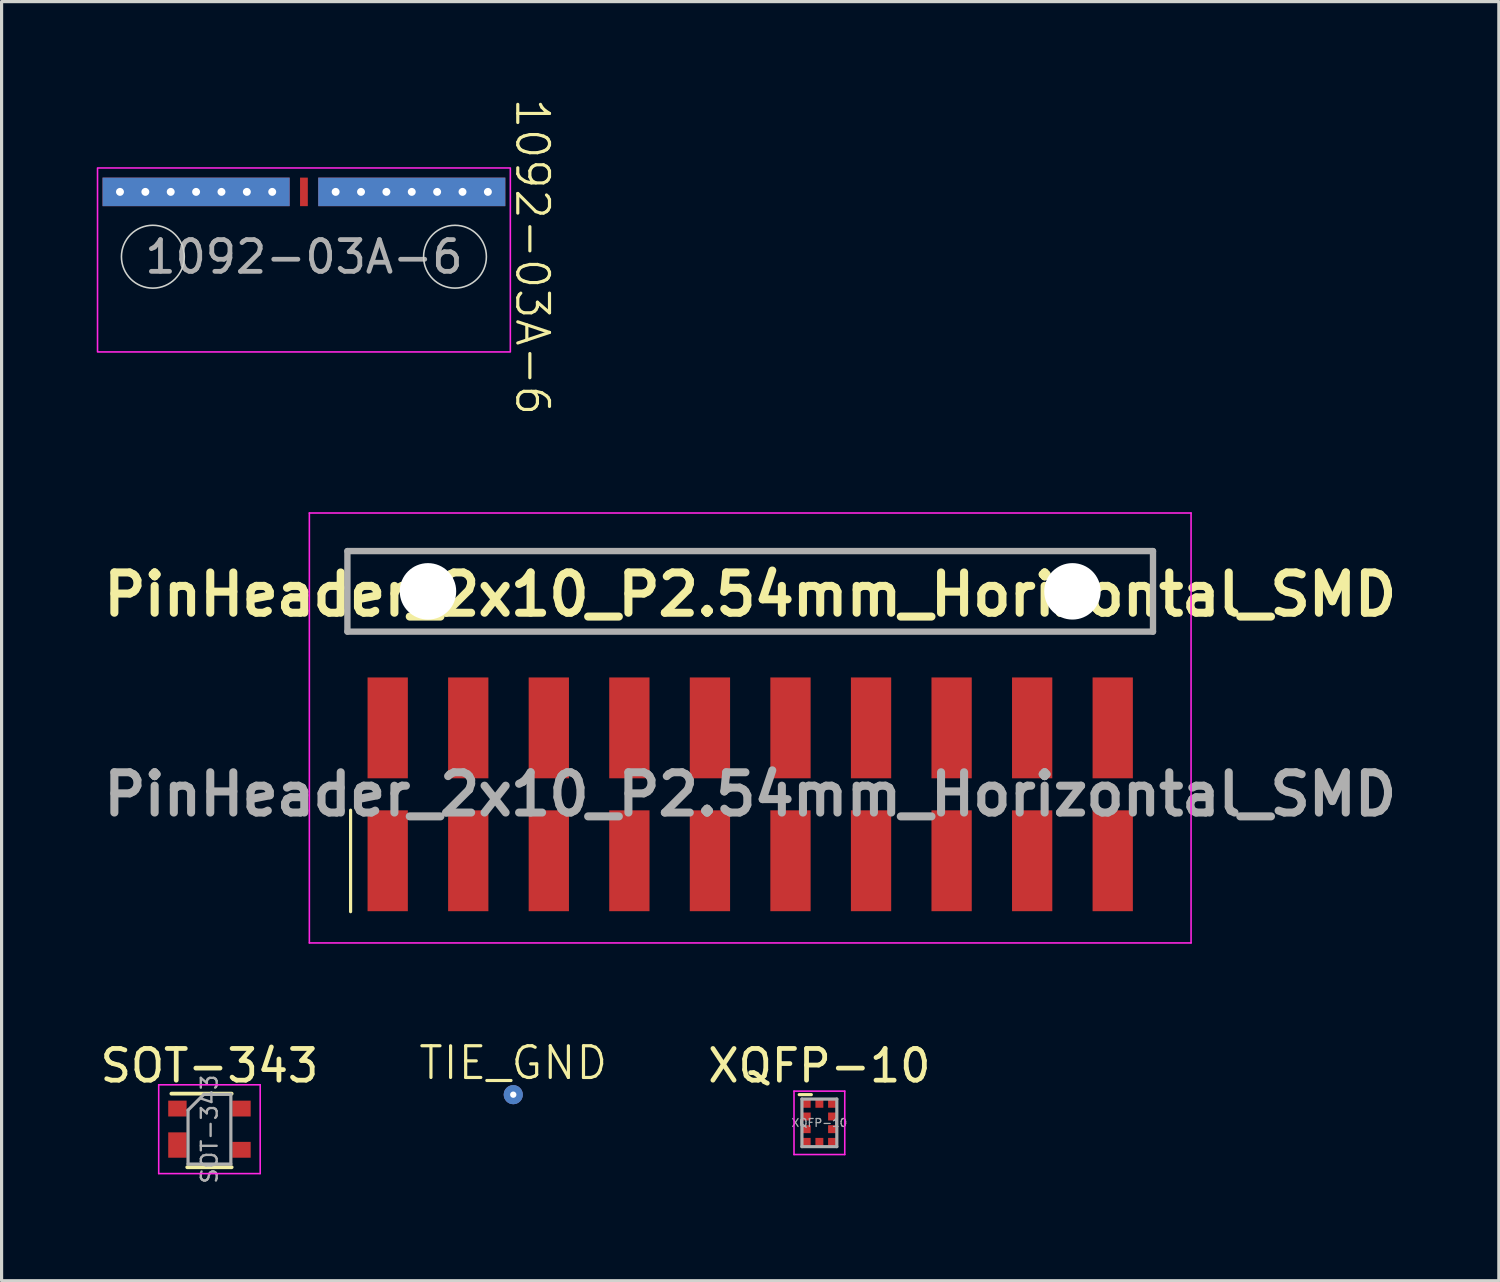
<source format=kicad_pcb>
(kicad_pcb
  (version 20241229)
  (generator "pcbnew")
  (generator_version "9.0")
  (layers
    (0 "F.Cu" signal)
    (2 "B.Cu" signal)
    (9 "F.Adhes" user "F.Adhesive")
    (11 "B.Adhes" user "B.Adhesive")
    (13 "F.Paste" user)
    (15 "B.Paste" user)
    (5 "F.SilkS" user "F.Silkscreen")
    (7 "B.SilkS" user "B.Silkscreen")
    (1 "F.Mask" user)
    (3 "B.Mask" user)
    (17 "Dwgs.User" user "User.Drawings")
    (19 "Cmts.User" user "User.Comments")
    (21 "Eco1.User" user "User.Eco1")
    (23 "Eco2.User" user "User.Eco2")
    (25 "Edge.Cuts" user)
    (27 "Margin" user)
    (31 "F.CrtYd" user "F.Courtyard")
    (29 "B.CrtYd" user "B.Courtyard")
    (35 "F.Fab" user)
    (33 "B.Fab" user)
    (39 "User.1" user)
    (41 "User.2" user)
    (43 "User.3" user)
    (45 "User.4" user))
  (footprint "1092-03A-6"
    (layer "F.Cu")
    (at 6.533 2.25)
    (property "Reference" "1092-03A-6" (at 7.2 2.8 270) (unlocked yes) (layer "F.SilkS") (effects (font (size 1 1) (thickness 0.1))))
    (attr smd)
    (fp_line (start 6.35 0) (end -6.35 0) (stroke (width 0.1) (type default)) (layer "Eco1.User"))
    (fp_circle (center -4.763 2.794) (end -3.772 2.794) (stroke (width 0.05) (type default)) (fill no) (layer "Edge.Cuts"))
    (fp_circle (center 4.763 2.794) (end 5.753 2.794) (stroke (width 0.05) (type default)) (fill no) (layer "Edge.Cuts"))
    (fp_rect (start -6.508 -0.004) (end 6.508 5.796) (stroke (width 0.05) (type default)) (fill no) (layer "F.CrtYd"))
    (fp_text user "Board Edge" (at 0 -1 0) (unlocked yes) (layer "Eco1.User") (effects (font (size 1 1) (thickness 0.15))))
    (fp_text user "${REFERENCE}" (at 0 2.8 0) (unlocked yes) (layer "F.Fab") (effects (font (size 1 1) (thickness 0.15))))
    (pad "1" smd rect (at 0 0.75 90) (size 0.9 0.245) (layers "F.Cu" "F.Mask"))
    (pad "2" thru_hole circle (at -5.8 0.75) (size 0.65 0.65) (drill 0.25) (layers "*.Cu" "*.Mask"))
    (pad "2" thru_hole circle (at -5 0.75) (size 0.65 0.65) (drill 0.25) (layers "*.Cu" "*.Mask"))
    (pad "2" thru_hole circle (at -4.2 0.75) (size 0.65 0.65) (drill 0.25) (layers "*.Cu" "*.Mask"))
    (pad "2" thru_hole circle (at -3.4 0.75) (size 0.65 0.65) (drill 0.25) (layers "*.Cu" "*.Mask"))
    (pad "2" smd rect (at -3.4 0.75 90) (size 0.9 5.9) (layers "F.Cu" "F.Mask"))
    (pad "2" smd rect (at -3.4 0.75 270) (size 0.9 5.9) (layers "B.Cu" "B.Mask"))
    (pad "2" thru_hole circle (at -2.6 0.75) (size 0.65 0.65) (drill 0.25) (layers "*.Cu" "*.Mask"))
    (pad "2" thru_hole circle (at -1.8 0.75) (size 0.65 0.65) (drill 0.25) (layers "*.Cu" "*.Mask"))
    (pad "2" thru_hole circle (at -1 0.75) (size 0.65 0.65) (drill 0.25) (layers "*.Cu" "*.Mask"))
    (pad "2" thru_hole circle (at 1 0.75 180) (size 0.65 0.65) (drill 0.25) (layers "*.Cu" "*.Mask"))
    (pad "2" thru_hole circle (at 1.8 0.75 180) (size 0.65 0.65) (drill 0.25) (layers "*.Cu" "*.Mask"))
    (pad "2" thru_hole circle (at 2.6 0.75 180) (size 0.65 0.65) (drill 0.25) (layers "*.Cu" "*.Mask"))
    (pad "2" thru_hole circle (at 3.4 0.75 180) (size 0.65 0.65) (drill 0.25) (layers "*.Cu" "*.Mask"))
    (pad "2" smd rect (at 3.4 0.75 90) (size 0.9 5.9) (layers "F.Cu" "F.Mask"))
    (pad "2" smd rect (at 3.4 0.75 270) (size 0.9 5.9) (layers "B.Cu" "B.Mask"))
    (pad "2" thru_hole circle (at 4.2 0.75 180) (size 0.65 0.65) (drill 0.25) (layers "*.Cu" "*.Mask"))
    (pad "2" thru_hole circle (at 5 0.75 180) (size 0.65 0.65) (drill 0.25) (layers "*.Cu" "*.Mask"))
    (pad "2" thru_hole circle (at 5.8 0.75 180) (size 0.65 0.65) (drill 0.25) (layers "*.Cu" "*.Mask")))
  (footprint "SOT-343"
    (layer "F.Cu")
    (at 3.554 32.553)
    (property "Reference" "SOT-343" (at 0 -2 0) (layer "F.SilkS") (effects (font (size 1 1) (thickness 0.15))))
    (attr smd)
    (fp_line (start -0.7 1.2) (end 0.7 1.2) (stroke (width 0.12) (type solid)) (layer "F.SilkS"))
    (fp_line (start 0.7 -1.12) (end -1.2 -1.12) (stroke (width 0.12) (type solid)) (layer "F.SilkS"))
    (fp_line (start -1.6 -1.4) (end -1.6 1.4) (stroke (width 0.05) (type solid)) (layer "F.CrtYd"))
    (fp_line (start -1.6 -1.4) (end 1.6 -1.4) (stroke (width 0.05) (type solid)) (layer "F.CrtYd"))
    (fp_line (start -1.6 1.4) (end 1.6 1.4) (stroke (width 0.05) (type solid)) (layer "F.CrtYd"))
    (fp_line (start 1.6 1.4) (end 1.6 -1.4) (stroke (width 0.05) (type solid)) (layer "F.CrtYd"))
    (fp_line (start -0.675 -0.6) (end -0.675 1.1) (stroke (width 0.1) (type solid)) (layer "F.Fab"))
    (fp_line (start -0.175 -1.1) (end -0.675 -0.6) (stroke (width 0.1) (type solid)) (layer "F.Fab"))
    (fp_line (start 0.675 -1.1) (end -0.175 -1.1) (stroke (width 0.1) (type solid)) (layer "F.Fab"))
    (fp_line (start 0.675 -1.1) (end 0.675 1.1) (stroke (width 0.1) (type solid)) (layer "F.Fab"))
    (fp_line (start 0.675 1.1) (end -0.675 1.1) (stroke (width 0.1) (type solid)) (layer "F.Fab"))
    (fp_text user "${REFERENCE}" (at 0 0 90) (layer "F.Fab") (effects (font (size 0.5 0.5) (thickness 0.075))))
    (pad "1" smd rect (at -1.01 -0.65) (size 0.58 0.5) (layers "F.Cu" "F.Mask" "F.Paste"))
    (pad "2" smd rect (at -1.01 0.5) (size 0.58 0.8) (layers "F.Cu" "F.Mask" "F.Paste"))
    (pad "3" smd rect (at 1.01 0.65) (size 0.58 0.5) (layers "F.Cu" "F.Mask" "F.Paste"))
    (pad "4" smd rect (at 1.01 -0.65) (size 0.58 0.5) (layers "F.Cu" "F.Mask" "F.Paste")))
  (footprint "PinHeader_2x10_P2.54mm_Horizontal_SMD"
    (layer "F.Cu")
    (at 20.604 21.995)
    (property "Reference" "PinHeader_2x10_P2.54mm_Horizontal_SMD" (at 0 -6.3 180) (layer "F.SilkS") (effects (font (size 1.27 1.27) (thickness 0.254))))
    (attr smd)
    (fp_line (start -12.7 -7.67) (end 12.7 -7.67) (stroke (width 0.1) (type solid)) (layer "F.SilkS"))
    (fp_line (start -12.7 -5.13) (end -12.7 -7.67) (stroke (width 0.1) (type solid)) (layer "F.SilkS"))
    (fp_line (start -12.6 0.5) (end -12.6 3.7) (stroke (width 0.1) (type default)) (layer "F.SilkS"))
    (fp_line (start 12.7 -7.67) (end 12.7 -5.13) (stroke (width 0.1) (type solid)) (layer "F.SilkS"))
    (fp_line (start 12.7 -5.13) (end -12.7 -5.13) (stroke (width 0.1) (type solid)) (layer "F.SilkS"))
    (fp_line (start -13.9 -8.87) (end 13.9 -8.87) (stroke (width 0.05) (type solid)) (layer "F.CrtYd"))
    (fp_line (start -13.9 4.685) (end -13.9 -8.87) (stroke (width 0.05) (type solid)) (layer "F.CrtYd"))
    (fp_line (start 13.9 -8.87) (end 13.9 4.685) (stroke (width 0.05) (type solid)) (layer "F.CrtYd"))
    (fp_line (start 13.9 4.685) (end -13.9 4.685) (stroke (width 0.05) (type solid)) (layer "F.CrtYd"))
    (fp_line (start -12.7 -7.67) (end 12.7 -7.67) (stroke (width 0.2) (type solid)) (layer "F.Fab"))
    (fp_line (start -12.7 -5.13) (end -12.7 -7.67) (stroke (width 0.2) (type solid)) (layer "F.Fab"))
    (fp_line (start 12.7 -7.67) (end 12.7 -5.13) (stroke (width 0.2) (type solid)) (layer "F.Fab"))
    (fp_line (start 12.7 -5.13) (end -12.7 -5.13) (stroke (width 0.2) (type solid)) (layer "F.Fab"))
    (fp_text user "${REFERENCE}" (at 0 0 180) (layer "F.Fab") (effects (font (size 1.27 1.27) (thickness 0.254))))
    (pad "" np_thru_hole circle (at -10.16 -6.4) (size 1.78 1.78) (drill 1.78) (layers "*.Cu" "*.Mask"))
    (pad "" np_thru_hole circle (at 10.16 -6.4) (size 1.78 1.78) (drill 1.78) (layers "*.Cu" "*.Mask"))
    (pad "1" smd rect (at -11.43 2.095 180) (size 1.27 3.18) (layers "F.Cu" "F.Mask" "F.Paste"))
    (pad "2" smd rect (at -11.43 -2.095 180) (size 1.27 3.18) (layers "F.Cu" "F.Mask" "F.Paste"))
    (pad "3" smd rect (at -8.89 2.095 180) (size 1.27 3.18) (layers "F.Cu" "F.Mask" "F.Paste"))
    (pad "4" smd rect (at -8.89 -2.095 180) (size 1.27 3.18) (layers "F.Cu" "F.Mask" "F.Paste"))
    (pad "5" smd rect (at -6.35 2.095 180) (size 1.27 3.18) (layers "F.Cu" "F.Mask" "F.Paste"))
    (pad "6" smd rect (at -6.35 -2.095 180) (size 1.27 3.18) (layers "F.Cu" "F.Mask" "F.Paste"))
    (pad "7" smd rect (at -3.81 2.095 180) (size 1.27 3.18) (layers "F.Cu" "F.Mask" "F.Paste"))
    (pad "8" smd rect (at -3.81 -2.095 180) (size 1.27 3.18) (layers "F.Cu" "F.Mask" "F.Paste"))
    (pad "9" smd rect (at -1.27 2.095 180) (size 1.27 3.18) (layers "F.Cu" "F.Mask" "F.Paste"))
    (pad "10" smd rect (at -1.27 -2.095 180) (size 1.27 3.18) (layers "F.Cu" "F.Mask" "F.Paste"))
    (pad "11" smd rect (at 1.27 2.095 180) (size 1.27 3.18) (layers "F.Cu" "F.Mask" "F.Paste"))
    (pad "12" smd rect (at 1.27 -2.095 180) (size 1.27 3.18) (layers "F.Cu" "F.Mask" "F.Paste"))
    (pad "13" smd rect (at 3.81 2.095 180) (size 1.27 3.18) (layers "F.Cu" "F.Mask" "F.Paste"))
    (pad "14" smd rect (at 3.81 -2.095 180) (size 1.27 3.18) (layers "F.Cu" "F.Mask" "F.Paste"))
    (pad "15" smd rect (at 6.35 2.095 180) (size 1.27 3.18) (layers "F.Cu" "F.Mask" "F.Paste"))
    (pad "16" smd rect (at 6.35 -2.095 180) (size 1.27 3.18) (layers "F.Cu" "F.Mask" "F.Paste"))
    (pad "17" smd rect (at 8.89 2.095 180) (size 1.27 3.18) (layers "F.Cu" "F.Mask" "F.Paste"))
    (pad "18" smd rect (at 8.89 -2.095 180) (size 1.27 3.18) (layers "F.Cu" "F.Mask" "F.Paste"))
    (pad "19" smd rect (at 11.43 2.095 180) (size 1.27 3.18) (layers "F.Cu" "F.Mask" "F.Paste"))
    (pad "20" smd rect (at 11.43 -2.095 180) (size 1.27 3.18) (layers "F.Cu" "F.Mask" "F.Paste")))
  (footprint "XQFP-10"
    (layer "F.Cu")
    (at 22.785 32.353)
    (property "Reference" "XQFP-10" (at 0 -1.8 0) (layer "F.SilkS") (effects (font (size 1 1) (thickness 0.15))))
    (attr smd)
    (fp_line (start -0.254 -0.889) (end -0.635 -0.889) (stroke (width 0.1) (type default)) (layer "F.SilkS"))
    (fp_circle (center -0.4 -0.6) (end -0.275 -0.6) (stroke (width 0) (type solid)) (fill yes) (layer "F.Paste"))
    (fp_circle (center -0.4 -0.2) (end -0.275 -0.2) (stroke (width 0) (type solid)) (fill yes) (layer "F.Paste"))
    (fp_circle (center -0.4 0.2) (end -0.275 0.2) (stroke (width 0) (type solid)) (fill yes) (layer "F.Paste"))
    (fp_circle (center -0.4 0.6) (end -0.275 0.6) (stroke (width 0) (type solid)) (fill yes) (layer "F.Paste"))
    (fp_circle (center 0 -0.6) (end 0.125 -0.6) (stroke (width 0) (type solid)) (fill yes) (layer "F.Paste"))
    (fp_circle (center 0 0.6) (end 0.125 0.6) (stroke (width 0) (type solid)) (fill yes) (layer "F.Paste"))
    (fp_circle (center 0.4 -0.6) (end 0.525 -0.6) (stroke (width 0) (type solid)) (fill yes) (layer "F.Paste"))
    (fp_circle (center 0.4 -0.2) (end 0.525 -0.2) (stroke (width 0) (type solid)) (fill yes) (layer "F.Paste"))
    (fp_circle (center 0.4 0.2) (end 0.525 0.2) (stroke (width 0) (type solid)) (fill yes) (layer "F.Paste"))
    (fp_circle (center 0.4 0.6) (end 0.525 0.6) (stroke (width 0) (type solid)) (fill yes) (layer "F.Paste"))
    (fp_line (start -0.8 -1) (end -0.8 1) (stroke (width 0.05) (type solid)) (layer "F.CrtYd"))
    (fp_line (start -0.8 -1) (end 0.8 -1) (stroke (width 0.05) (type solid)) (layer "F.CrtYd"))
    (fp_line (start -0.8 1) (end 0.8 1) (stroke (width 0.05) (type solid)) (layer "F.CrtYd"))
    (fp_line (start 0.8 -1) (end 0.8 1) (stroke (width 0.05) (type solid)) (layer "F.CrtYd"))
    (fp_line (start -0.55 -0.75) (end 0.55 -0.75) (stroke (width 0.1) (type solid)) (layer "F.Fab"))
    (fp_line (start -0.55 0.75) (end -0.55 -0.75) (stroke (width 0.1) (type solid)) (layer "F.Fab"))
    (fp_line (start 0.55 -0.75) (end 0.55 0.75) (stroke (width 0.1) (type solid)) (layer "F.Fab"))
    (fp_line (start 0.55 0.75) (end -0.55 0.75) (stroke (width 0.1) (type solid)) (layer "F.Fab"))
    (fp_text user "${REFERENCE}" (at 0 0 0) (layer "F.Fab") (effects (font (size 0.25 0.25) (thickness 0.04))))
    (pad "1" smd rect (at -0.4 -0.6 270) (size 0.25 0.25) (layers "F.Cu" "F.Mask"))
    (pad "2" smd rect (at -0.4 -0.2 270) (size 0.25 0.25) (layers "F.Cu" "F.Mask"))
    (pad "3" smd rect (at -0.4 0.2 270) (size 0.25 0.25) (layers "F.Cu" "F.Mask"))
    (pad "4" smd rect (at -0.4 0.6 270) (size 0.25 0.25) (layers "F.Cu" "F.Mask"))
    (pad "5" smd rect (at 0 0.6 270) (size 0.25 0.25) (layers "F.Cu" "F.Mask"))
    (pad "6" smd rect (at 0.4 0.6 270) (size 0.25 0.25) (layers "F.Cu" "F.Mask"))
    (pad "7" smd rect (at 0.4 0.2 270) (size 0.25 0.25) (layers "F.Cu" "F.Mask"))
    (pad "8" smd rect (at 0.4 -0.2 270) (size 0.25 0.25) (layers "F.Cu" "F.Mask"))
    (pad "9" smd rect (at 0.4 -0.6 270) (size 0.25 0.25) (layers "F.Cu" "F.Mask"))
    (pad "10" smd rect (at 0 -0.6 270) (size 0.25 0.25) (layers "F.Cu" "F.Mask")))
  (footprint "TIE_GND"
    (layer "F.Cu")
    (at 13.133 31.465)
    (property "Reference" "TIE_GND" (at 0 -1 0) (unlocked yes) (layer "F.SilkS") (effects (font (size 1 1) (thickness 0.1))))
    (attr through_hole)
    (pad "1" thru_hole circle (at 0 0) (size 0.6 0.6) (drill 0.2) (layers "*.Cu"))
    (pad "2" smd circle (at 0 0) (size 0.6 0.6) (layers "B.Cu")))
  (gr_rect
    (start -3 -3)
    (end 44.208 37.33)
    (stroke (width 0.1) (type default))
    (fill no)
    (layer "Edge.Cuts")))
</source>
